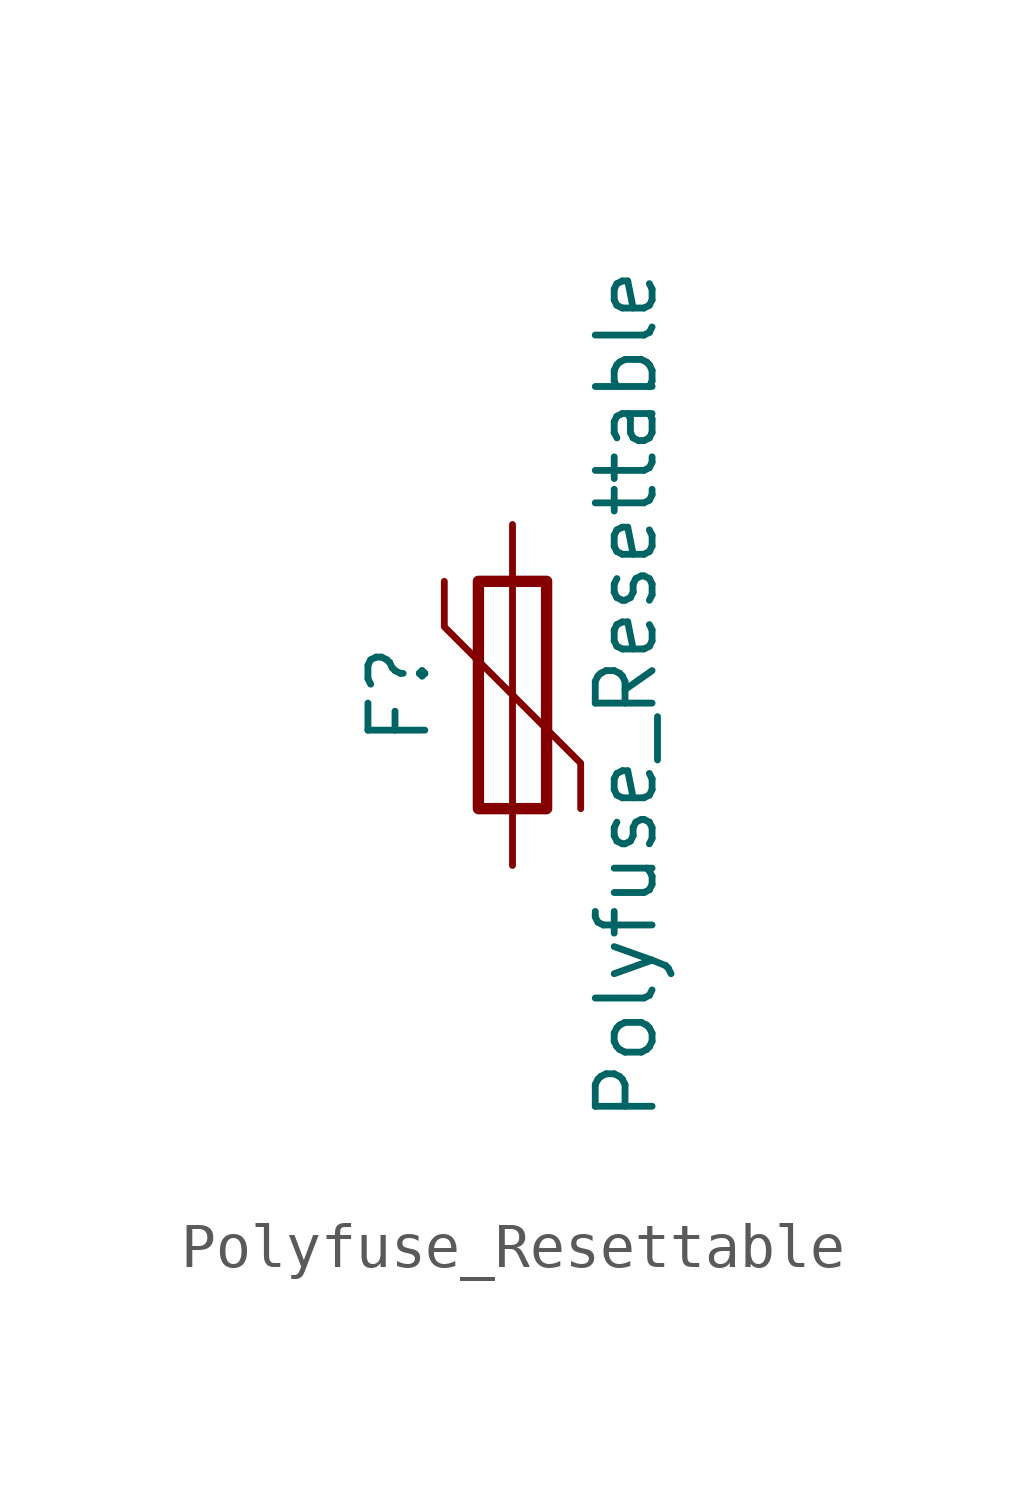
<source format=kicad_sym>
(kicad_symbol_lib
  (version 20241209)
  (generator "kicad_symbol_editor")
  (generator_version "9.0")
  (symbol "Polyfuse_Resettable"
    (pin_numbers
      (hide yes))
    (pin_names
      (offset 0))
    (property "Reference" "F"
      (at -2.54 0 90)
      (effects (font (size 1.27 1.27))))
    (property "Value" "Polyfuse_Resettable"
      (at 2.54 0 90)
      (effects (font (size 1.27 1.27))))
    (symbol "Polyfuse_Resettable_0_1"
      (polyline (pts (xy -1.524 2.54) (xy -1.524 1.524) (xy 1.524 -1.524) (xy 1.524 -2.54)) (stroke (width 0) (type default)) (fill (type none)))
      (rectangle (start -0.762 2.54) (end 0.762 -2.54) (stroke (width 0.254) (type default)) (fill (type none)))
      (polyline (pts (xy 0 2.54) (xy 0 -2.54)) (stroke (width 0) (type default)) (fill (type none))))
    (symbol "Polyfuse_Resettable_1_1"
      (pin passive line (at 0 3.81 270) (length 1.27) (name "~" (effects (font (size 1.27 1.27)))) (number "1" (effects (font (size 1.27 1.27)))))
      (pin passive line (at 0 -3.81 90) (length 1.27) (name "~" (effects (font (size 1.27 1.27)))) (number "2" (effects (font (size 1.27 1.27))))))))
</source>
